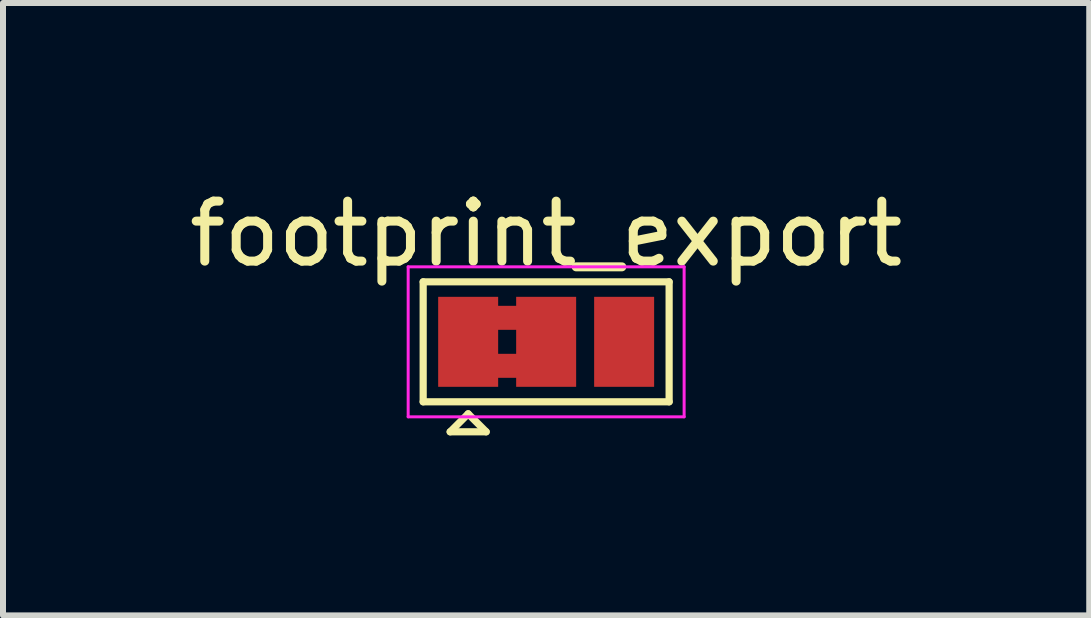
<source format=kicad_pcb>
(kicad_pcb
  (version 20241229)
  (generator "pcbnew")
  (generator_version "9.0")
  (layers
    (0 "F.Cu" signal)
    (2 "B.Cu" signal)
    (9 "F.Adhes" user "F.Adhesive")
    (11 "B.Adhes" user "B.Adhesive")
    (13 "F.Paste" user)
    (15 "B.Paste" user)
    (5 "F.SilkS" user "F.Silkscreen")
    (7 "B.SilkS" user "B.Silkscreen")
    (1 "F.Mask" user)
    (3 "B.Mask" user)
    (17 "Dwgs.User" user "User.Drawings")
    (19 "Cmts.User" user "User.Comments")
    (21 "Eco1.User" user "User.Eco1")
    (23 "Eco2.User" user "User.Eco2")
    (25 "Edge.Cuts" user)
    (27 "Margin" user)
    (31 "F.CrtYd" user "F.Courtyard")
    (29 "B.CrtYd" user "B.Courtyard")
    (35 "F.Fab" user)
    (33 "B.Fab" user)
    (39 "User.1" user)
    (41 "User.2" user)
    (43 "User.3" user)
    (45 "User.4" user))
  (footprint "footprint_export"
    (layer "F.Cu")
    (at 6.054 2.648)
    (property "Reference" "footprint_export" (at 0 -1.8 0) (layer "F.SilkS") (effects (font (size 1 1) (thickness 0.15))))
    (attr exclude_from_pos_files exclude_from_bom)
    (fp_poly (pts (xy -0.9 -0.6) (xy -0.4 -0.6) (xy -0.4 -0.2) (xy -0.9 -0.2)) (stroke (width 0) (type solid)) (fill yes) (layer "F.Cu"))
    (fp_poly (pts (xy -0.9 0.2) (xy -0.4 0.2) (xy -0.4 0.6) (xy -0.9 0.6)) (stroke (width 0) (type solid)) (fill yes) (layer "F.Cu"))
    (fp_line (start -2.05 -1) (end 2.05 -1) (stroke (width 0.12) (type solid)) (layer "F.SilkS"))
    (fp_line (start -2.05 1) (end -2.05 -1) (stroke (width 0.12) (type solid)) (layer "F.SilkS"))
    (fp_line (start -1.6 1.5) (end -1 1.5) (stroke (width 0.12) (type solid)) (layer "F.SilkS"))
    (fp_line (start -1.3 1.2) (end -1.6 1.5) (stroke (width 0.12) (type solid)) (layer "F.SilkS"))
    (fp_line (start -1.3 1.2) (end -1 1.5) (stroke (width 0.12) (type solid)) (layer "F.SilkS"))
    (fp_line (start 2.05 -1) (end 2.05 1) (stroke (width 0.12) (type solid)) (layer "F.SilkS"))
    (fp_line (start 2.05 1) (end -2.05 1) (stroke (width 0.12) (type solid)) (layer "F.SilkS"))
    (fp_line (start -2.3 -1.25) (end -2.3 1.25) (stroke (width 0.05) (type solid)) (layer "F.CrtYd"))
    (fp_line (start -2.3 -1.25) (end 2.3 -1.25) (stroke (width 0.05) (type solid)) (layer "F.CrtYd"))
    (fp_line (start 2.3 1.25) (end -2.3 1.25) (stroke (width 0.05) (type solid)) (layer "F.CrtYd"))
    (fp_line (start 2.3 1.25) (end 2.3 -1.25) (stroke (width 0.05) (type solid)) (layer "F.CrtYd"))
    (pad "1" smd rect (at -1.3 0) (size 1 1.5) (layers "F.Cu" "F.Mask"))
    (pad "2" smd rect (at 0 0) (size 1 1.5) (layers "F.Cu" "F.Mask"))
    (pad "3" smd rect (at 1.3 0) (size 1 1.5) (layers "F.Cu" "F.Mask")))
  (gr_rect
    (start -3 -3)
    (end 15.107 7.208)
    (stroke (width 0.1) (type default))
    (fill no)
    (layer "Edge.Cuts")))
</source>
